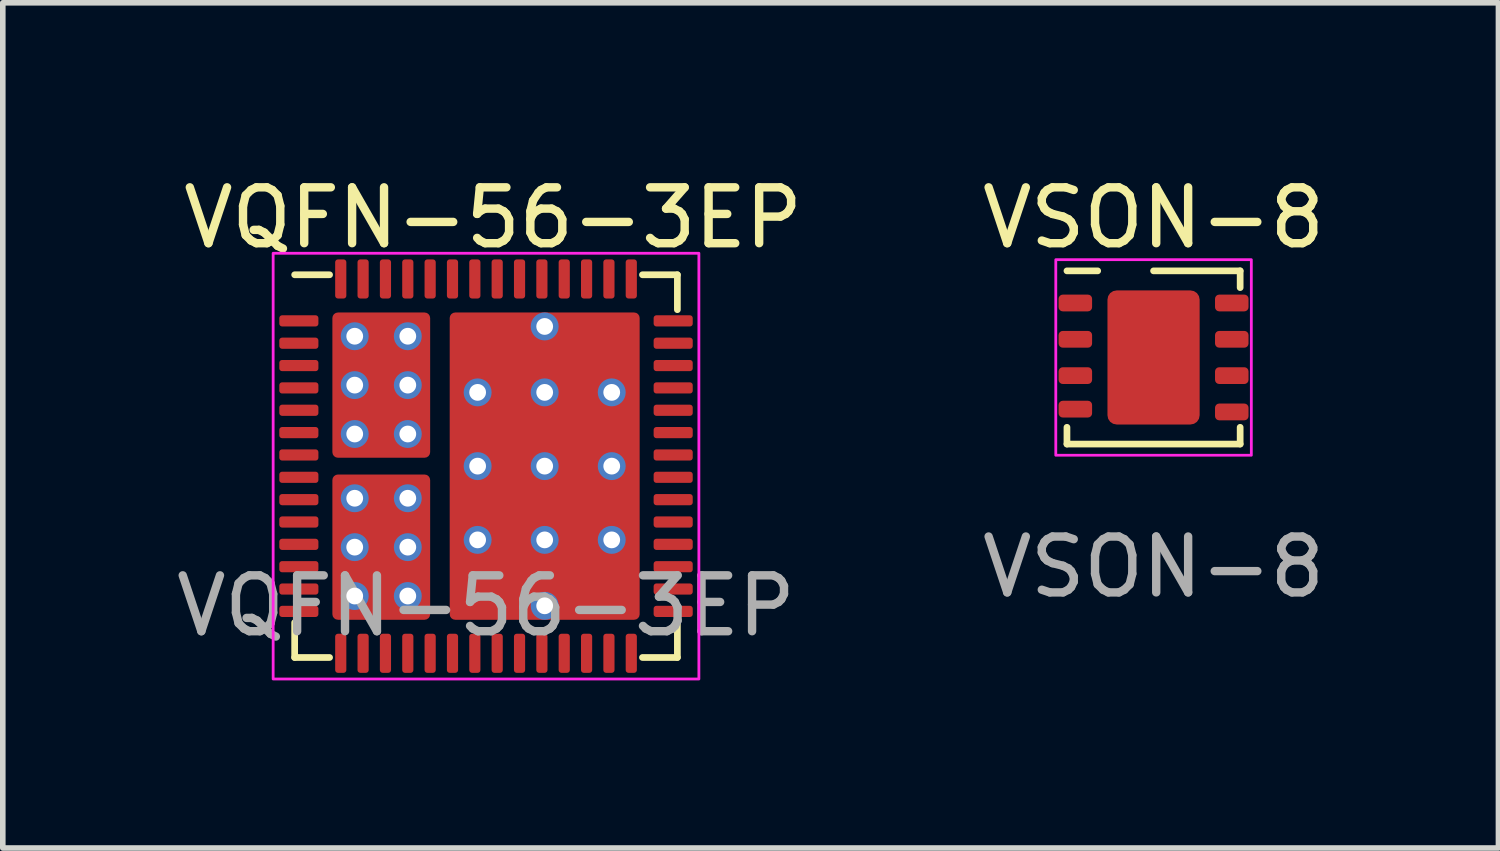
<source format=kicad_pcb>
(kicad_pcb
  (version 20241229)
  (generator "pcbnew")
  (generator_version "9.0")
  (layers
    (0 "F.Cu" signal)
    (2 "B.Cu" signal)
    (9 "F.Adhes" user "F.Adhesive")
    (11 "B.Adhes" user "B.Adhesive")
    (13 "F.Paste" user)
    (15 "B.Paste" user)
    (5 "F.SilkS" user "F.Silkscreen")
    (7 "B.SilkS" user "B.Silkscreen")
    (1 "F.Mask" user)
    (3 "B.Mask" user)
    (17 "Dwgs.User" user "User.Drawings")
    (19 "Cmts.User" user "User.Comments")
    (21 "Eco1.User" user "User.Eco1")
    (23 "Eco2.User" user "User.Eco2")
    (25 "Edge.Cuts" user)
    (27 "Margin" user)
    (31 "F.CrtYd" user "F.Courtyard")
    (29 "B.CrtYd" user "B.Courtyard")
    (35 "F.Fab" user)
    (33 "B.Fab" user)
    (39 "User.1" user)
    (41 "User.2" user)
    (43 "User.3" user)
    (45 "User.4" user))
  (footprint "VQFN-56-3EP"
    (layer "F.Cu")
    (at 5.649 5.293)
    (property "Reference" "VQFN-56-3EP" (at 0.127 -4.445 0) (unlocked yes) (layer "F.SilkS") (effects (font (size 1 1) (thickness 0.15))))
    (attr smd)
    (fp_line (start -3.425 -3.425) (end -2.8 -3.425) (stroke (width 0.12) (type solid)) (layer "F.SilkS"))
    (fp_line (start -3.425 3.425) (end -3.425 2.8) (stroke (width 0.12) (type solid)) (layer "F.SilkS"))
    (fp_line (start -3.425 3.425) (end -2.8 3.425) (stroke (width 0.12) (type solid)) (layer "F.SilkS"))
    (fp_line (start 3.425 -3.425) (end 2.8 -3.425) (stroke (width 0.12) (type solid)) (layer "F.SilkS"))
    (fp_line (start 3.425 -3.425) (end 3.425 -2.8) (stroke (width 0.12) (type solid)) (layer "F.SilkS"))
    (fp_line (start 3.425 3.425) (end 2.8 3.425) (stroke (width 0.12) (type solid)) (layer "F.SilkS"))
    (fp_line (start 3.425 3.425) (end 3.425 2.8) (stroke (width 0.12) (type solid)) (layer "F.SilkS"))
    (fp_rect (start -3.15 -2.65) (end -3.05 -2.15) (stroke (width 0.1) (type solid)) (fill yes) (layer "F.Paste"))
    (fp_rect (start -3.15 -1.85) (end -3.05 -1.35) (stroke (width 0.1) (type solid)) (fill yes) (layer "F.Paste"))
    (fp_rect (start -3.15 1.35) (end -3.05 1.85) (stroke (width 0.1) (type solid)) (fill yes) (layer "F.Paste"))
    (fp_rect (start -3.15 2.15) (end -3.05 2.65) (stroke (width 0.1) (type solid)) (fill yes) (layer "F.Paste"))
    (fp_rect (start -3.81 -3.81) (end 3.81 3.81) (stroke (width 0.05) (type solid)) (fill no) (layer "F.CrtYd"))
    (fp_text user "${REFERENCE}" (at 0 2.5 0) (unlocked yes) (layer "F.Fab") (effects (font (size 1 1) (thickness 0.15))))
    (pad "1" smd roundrect (at -3.35 -2.6) (size 0.7 0.2) (layers "F.Cu" "F.Mask" "F.Paste") (roundrect_rratio 0.25))
    (pad "2" smd roundrect (at -3.35 -2.2) (size 0.7 0.2) (layers "F.Cu" "F.Mask" "F.Paste") (roundrect_rratio 0.25))
    (pad "3" smd roundrect (at -3.35 -1.8) (size 0.7 0.2) (layers "F.Cu" "F.Mask" "F.Paste") (roundrect_rratio 0.25))
    (pad "4" smd roundrect (at -3.35 -1.4) (size 0.7 0.2) (layers "F.Cu" "F.Mask" "F.Paste") (roundrect_rratio 0.25))
    (pad "5" smd roundrect (at -3.35 -1) (size 0.7 0.2) (layers "F.Cu" "F.Mask" "F.Paste") (roundrect_rratio 0.25))
    (pad "6" smd roundrect (at -3.35 -0.6) (size 0.7 0.2) (layers "F.Cu" "F.Mask" "F.Paste") (roundrect_rratio 0.25))
    (pad "7" smd roundrect (at -3.35 -0.2) (size 0.7 0.2) (layers "F.Cu" "F.Mask" "F.Paste") (roundrect_rratio 0.25))
    (pad "8" smd roundrect (at -3.35 0.2) (size 0.7 0.2) (layers "F.Cu" "F.Mask" "F.Paste") (roundrect_rratio 0.25))
    (pad "9" smd roundrect (at -3.35 0.6) (size 0.7 0.2) (layers "F.Cu" "F.Mask" "F.Paste") (roundrect_rratio 0.25))
    (pad "10" smd roundrect (at -3.35 1) (size 0.7 0.2) (layers "F.Cu" "F.Mask" "F.Paste") (roundrect_rratio 0.25))
    (pad "11" smd roundrect (at -3.35 1.4) (size 0.7 0.2) (layers "F.Cu" "F.Mask" "F.Paste") (roundrect_rratio 0.25))
    (pad "12" smd roundrect (at -3.35 1.8) (size 0.7 0.2) (layers "F.Cu" "F.Mask" "F.Paste") (roundrect_rratio 0.25))
    (pad "13" smd roundrect (at -3.35 2.2) (size 0.7 0.2) (layers "F.Cu" "F.Mask" "F.Paste") (roundrect_rratio 0.25))
    (pad "14" smd roundrect (at -3.35 2.6) (size 0.7 0.2) (layers "F.Cu" "F.Mask" "F.Paste") (roundrect_rratio 0.25))
    (pad "15" smd roundrect (at -2.6 3.35 90) (size 0.7 0.2) (layers "F.Cu" "F.Mask" "F.Paste") (roundrect_rratio 0.25))
    (pad "16" smd roundrect (at -2.2 3.35 90) (size 0.7 0.2) (layers "F.Cu" "F.Mask" "F.Paste") (roundrect_rratio 0.25))
    (pad "17" smd roundrect (at -1.8 3.35 90) (size 0.7 0.2) (layers "F.Cu" "F.Mask" "F.Paste") (roundrect_rratio 0.25))
    (pad "18" smd roundrect (at -1.4 3.35 90) (size 0.7 0.2) (layers "F.Cu" "F.Mask" "F.Paste") (roundrect_rratio 0.25))
    (pad "19" smd roundrect (at -1 3.35 90) (size 0.7 0.2) (layers "F.Cu" "F.Mask" "F.Paste") (roundrect_rratio 0.25))
    (pad "20" smd roundrect (at -0.6 3.35 90) (size 0.7 0.2) (layers "F.Cu" "F.Mask" "F.Paste") (roundrect_rratio 0.25))
    (pad "21" smd roundrect (at -0.2 3.35 90) (size 0.7 0.2) (layers "F.Cu" "F.Mask" "F.Paste") (roundrect_rratio 0.25))
    (pad "22" smd roundrect (at 0.2 3.35 90) (size 0.7 0.2) (layers "F.Cu" "F.Mask" "F.Paste") (roundrect_rratio 0.25))
    (pad "23" smd roundrect (at 0.6 3.35 90) (size 0.7 0.2) (layers "F.Cu" "F.Mask" "F.Paste") (roundrect_rratio 0.25))
    (pad "24" smd roundrect (at 1 3.35 90) (size 0.7 0.2) (layers "F.Cu" "F.Mask" "F.Paste") (roundrect_rratio 0.25))
    (pad "25" smd roundrect (at 1.4 3.35 90) (size 0.7 0.2) (layers "F.Cu" "F.Mask" "F.Paste") (roundrect_rratio 0.25))
    (pad "26" smd roundrect (at 1.8 3.35 90) (size 0.7 0.2) (layers "F.Cu" "F.Mask" "F.Paste") (roundrect_rratio 0.25))
    (pad "27" smd roundrect (at 2.2 3.35 90) (size 0.7 0.2) (layers "F.Cu" "F.Mask" "F.Paste") (roundrect_rratio 0.25))
    (pad "28" smd roundrect (at 2.6 3.35 90) (size 0.7 0.2) (layers "F.Cu" "F.Mask" "F.Paste") (roundrect_rratio 0.25))
    (pad "29" smd roundrect (at 3.35 2.6) (size 0.7 0.2) (layers "F.Cu" "F.Mask" "F.Paste") (roundrect_rratio 0.25))
    (pad "30" smd roundrect (at 3.35 2.2) (size 0.7 0.2) (layers "F.Cu" "F.Mask" "F.Paste") (roundrect_rratio 0.25))
    (pad "31" smd roundrect (at 3.35 1.8) (size 0.7 0.2) (layers "F.Cu" "F.Mask" "F.Paste") (roundrect_rratio 0.25))
    (pad "32" smd roundrect (at 3.35 1.4) (size 0.7 0.2) (layers "F.Cu" "F.Mask" "F.Paste") (roundrect_rratio 0.25))
    (pad "33" smd roundrect (at 3.35 1) (size 0.7 0.2) (layers "F.Cu" "F.Mask" "F.Paste") (roundrect_rratio 0.25))
    (pad "34" smd roundrect (at 3.35 0.6) (size 0.7 0.2) (layers "F.Cu" "F.Mask" "F.Paste") (roundrect_rratio 0.25))
    (pad "35" smd roundrect (at 3.35 0.2) (size 0.7 0.2) (layers "F.Cu" "F.Mask" "F.Paste") (roundrect_rratio 0.25))
    (pad "36" smd roundrect (at 3.35 -0.2) (size 0.7 0.2) (layers "F.Cu" "F.Mask" "F.Paste") (roundrect_rratio 0.25))
    (pad "37" smd roundrect (at 3.35 -0.6) (size 0.7 0.2) (layers "F.Cu" "F.Mask" "F.Paste") (roundrect_rratio 0.25))
    (pad "38" smd roundrect (at 3.35 -1) (size 0.7 0.2) (layers "F.Cu" "F.Mask" "F.Paste") (roundrect_rratio 0.25))
    (pad "39" smd roundrect (at 3.35 -1.4) (size 0.7 0.2) (layers "F.Cu" "F.Mask" "F.Paste") (roundrect_rratio 0.25))
    (pad "40" smd roundrect (at 3.35 -1.8) (size 0.7 0.2) (layers "F.Cu" "F.Mask" "F.Paste") (roundrect_rratio 0.25))
    (pad "41" smd roundrect (at 3.35 -2.2) (size 0.7 0.2) (layers "F.Cu" "F.Mask" "F.Paste") (roundrect_rratio 0.25))
    (pad "42" smd roundrect (at 3.35 -2.6) (size 0.7 0.2) (layers "F.Cu" "F.Mask" "F.Paste") (roundrect_rratio 0.25))
    (pad "43" smd roundrect (at 2.6 -3.35 90) (size 0.7 0.2) (layers "F.Cu" "F.Mask" "F.Paste") (roundrect_rratio 0.25))
    (pad "44" smd roundrect (at 2.2 -3.35 90) (size 0.7 0.2) (layers "F.Cu" "F.Mask" "F.Paste") (roundrect_rratio 0.25))
    (pad "45" smd roundrect (at 1.8 -3.35 90) (size 0.7 0.2) (layers "F.Cu" "F.Mask" "F.Paste") (roundrect_rratio 0.25))
    (pad "46" smd roundrect (at 1.4 -3.35 90) (size 0.7 0.2) (layers "F.Cu" "F.Mask" "F.Paste") (roundrect_rratio 0.25))
    (pad "47" smd roundrect (at 1 -3.35 90) (size 0.7 0.2) (layers "F.Cu" "F.Mask" "F.Paste") (roundrect_rratio 0.25))
    (pad "48" smd roundrect (at 0.6 -3.35 90) (size 0.7 0.2) (layers "F.Cu" "F.Mask" "F.Paste") (roundrect_rratio 0.25))
    (pad "49" smd roundrect (at 0.2 -3.35 90) (size 0.7 0.2) (layers "F.Cu" "F.Mask" "F.Paste") (roundrect_rratio 0.25))
    (pad "50" smd roundrect (at -0.2 -3.35 90) (size 0.7 0.2) (layers "F.Cu" "F.Mask" "F.Paste") (roundrect_rratio 0.25))
    (pad "51" smd roundrect (at -0.6 -3.35 90) (size 0.7 0.2) (layers "F.Cu" "F.Mask" "F.Paste") (roundrect_rratio 0.25))
    (pad "52" smd roundrect (at -1 -3.35 90) (size 0.7 0.2) (layers "F.Cu" "F.Mask" "F.Paste") (roundrect_rratio 0.25))
    (pad "53" smd roundrect (at -1.4 -3.35 90) (size 0.7 0.2) (layers "F.Cu" "F.Mask" "F.Paste") (roundrect_rratio 0.25))
    (pad "54" smd roundrect (at -1.8 -3.35 90) (size 0.7 0.2) (layers "F.Cu" "F.Mask" "F.Paste") (roundrect_rratio 0.25))
    (pad "55" smd roundrect (at -2.2 -3.35 90) (size 0.7 0.2) (layers "F.Cu" "F.Mask" "F.Paste") (roundrect_rratio 0.25))
    (pad "56" smd roundrect (at -2.6 -3.35 90) (size 0.7 0.2) (layers "F.Cu" "F.Mask" "F.Paste") (roundrect_rratio 0.25))
    (pad "57" thru_hole circle (at -2.35 -2.325) (size 0.5 0.5) (drill 0.3) (layers "*.Cu" "F.Mask" "F.Paste"))
    (pad "57" thru_hole circle (at -2.35 -1.45) (size 0.5 0.5) (drill 0.3) (layers "*.Cu" "F.Mask" "F.Paste"))
    (pad "57" thru_hole circle (at -2.35 -0.575) (size 0.5 0.5) (drill 0.3) (layers "*.Cu" "F.Mask" "F.Paste"))
    (pad "57" smd roundrect (at -1.875 -1.45) (size 1.75 2.6) (layers "F.Cu" "F.Mask" "F.Paste") (roundrect_rratio 0.057))
    (pad "57" thru_hole circle (at -1.4 -2.325) (size 0.5 0.5) (drill 0.3) (layers "*.Cu" "F.Mask" "F.Paste"))
    (pad "57" thru_hole circle (at -1.4 -1.45) (size 0.5 0.5) (drill 0.3) (layers "*.Cu" "F.Mask" "F.Paste"))
    (pad "57" thru_hole circle (at -1.4 -0.575) (size 0.5 0.5) (drill 0.3) (layers "*.Cu" "F.Mask" "F.Paste"))
    (pad "58" thru_hole circle (at -2.35 0.575) (size 0.5 0.5) (drill 0.3) (layers "*.Cu" "F.Mask" "F.Paste"))
    (pad "58" thru_hole circle (at -2.35 1.45) (size 0.5 0.5) (drill 0.3) (layers "*.Cu" "F.Mask" "F.Paste"))
    (pad "58" thru_hole circle (at -2.35 2.325) (size 0.5 0.5) (drill 0.3) (layers "*.Cu" "F.Mask" "F.Paste"))
    (pad "58" smd roundrect (at -1.875 1.45) (size 1.75 2.6) (layers "F.Cu" "F.Mask" "F.Paste") (roundrect_rratio 0.057))
    (pad "58" thru_hole circle (at -1.4 0.575) (size 0.5 0.5) (drill 0.3) (layers "*.Cu" "F.Mask" "F.Paste"))
    (pad "58" thru_hole circle (at -1.4 1.45) (size 0.5 0.5) (drill 0.3) (layers "*.Cu" "F.Mask" "F.Paste"))
    (pad "58" thru_hole circle (at -1.4 2.325) (size 0.5 0.5) (drill 0.3) (layers "*.Cu" "F.Mask" "F.Paste"))
    (pad "59" thru_hole circle (at -0.15 -1.32) (size 0.5 0.5) (drill 0.3) (layers "*.Cu" "F.Mask" "F.Paste"))
    (pad "59" thru_hole circle (at -0.15 0) (size 0.5 0.5) (drill 0.3) (layers "*.Cu" "F.Mask" "F.Paste"))
    (pad "59" thru_hole circle (at -0.15 1.32) (size 0.5 0.5) (drill 0.3) (layers "*.Cu" "F.Mask" "F.Paste"))
    (pad "59" thru_hole circle (at 1.05 -2.5) (size 0.5 0.5) (drill 0.3) (layers "*.Cu" "F.Mask" "F.Paste"))
    (pad "59" thru_hole circle (at 1.05 -1.32) (size 0.5 0.5) (drill 0.3) (layers "*.Cu" "F.Mask" "F.Paste"))
    (pad "59" thru_hole circle (at 1.05 0) (size 0.5 0.5) (drill 0.3) (layers "*.Cu" "F.Mask" "F.Paste"))
    (pad "59" smd roundrect (at 1.05 0) (size 3.4 5.5) (layers "F.Cu" "F.Mask" "F.Paste") (roundrect_rratio 0.029))
    (pad "59" thru_hole circle (at 1.05 1.32) (size 0.5 0.5) (drill 0.3) (layers "*.Cu" "F.Mask" "F.Paste"))
    (pad "59" thru_hole circle (at 1.05 2.5) (size 0.5 0.5) (drill 0.3) (layers "*.Cu" "F.Mask" "F.Paste"))
    (pad "59" thru_hole circle (at 2.25 -1.32) (size 0.5 0.5) (drill 0.3) (layers "*.Cu" "F.Mask" "F.Paste"))
    (pad "59" thru_hole circle (at 2.25 0) (size 0.5 0.5) (drill 0.3) (layers "*.Cu" "F.Mask" "F.Paste"))
    (pad "59" thru_hole circle (at 2.25 1.32) (size 0.5 0.5) (drill 0.3) (layers "*.Cu" "F.Mask" "F.Paste")))
  (footprint "VSON-8"
    (layer "F.Cu")
    (at 17.597 3.348)
    (property "Reference" "VSON-8" (at 0 -2.5 0) (unlocked yes) (layer "F.SilkS") (effects (font (size 1 1) (thickness 0.15))))
    (attr smd)
    (fp_line (start -1.55 1.55) (end -1.55 1.25) (stroke (width 0.12) (type solid)) (layer "F.SilkS"))
    (fp_line (start -1 -1.55) (end -1.55 -1.55) (stroke (width 0.12) (type solid)) (layer "F.SilkS"))
    (fp_line (start 0 -1.55) (end 1.55 -1.55) (stroke (width 0.12) (type solid)) (layer "F.SilkS"))
    (fp_line (start 1.55 -1.55) (end 1.55 -1.25) (stroke (width 0.12) (type solid)) (layer "F.SilkS"))
    (fp_line (start 1.55 1.55) (end -1.55 1.55) (stroke (width 0.12) (type solid)) (layer "F.SilkS"))
    (fp_line (start 1.55 1.55) (end 1.55 1.25) (stroke (width 0.12) (type solid)) (layer "F.SilkS"))
    (fp_rect (start -1.75 -1.75) (end 1.75 1.75) (stroke (width 0.05) (type solid)) (fill no) (layer "F.CrtYd"))
    (fp_text user "${REFERENCE}" (at 0 3.75 0) (unlocked yes) (layer "F.Fab") (effects (font (size 1 1) (thickness 0.15))))
    (pad "1" smd roundrect (at -1.4 -0.975) (size 0.6 0.3) (layers "F.Cu" "F.Mask" "F.Paste") (roundrect_rratio 0.25))
    (pad "2" smd roundrect (at -1.4 -0.325) (size 0.6 0.3) (layers "F.Cu" "F.Mask" "F.Paste") (roundrect_rratio 0.25))
    (pad "3" smd roundrect (at -1.4 0.325) (size 0.6 0.3) (layers "F.Cu" "F.Mask" "F.Paste") (roundrect_rratio 0.25))
    (pad "4" smd roundrect (at -1.4 0.925) (size 0.6 0.3) (layers "F.Cu" "F.Mask" "F.Paste") (roundrect_rratio 0.25))
    (pad "5" smd roundrect (at 1.4 0.975) (size 0.6 0.3) (layers "F.Cu" "F.Mask" "F.Paste") (roundrect_rratio 0.25))
    (pad "6" smd roundrect (at 1.4 0.325) (size 0.6 0.3) (layers "F.Cu" "F.Mask" "F.Paste") (roundrect_rratio 0.25))
    (pad "7" smd roundrect (at 1.4 -0.325) (size 0.6 0.3) (layers "F.Cu" "F.Mask" "F.Paste") (roundrect_rratio 0.25))
    (pad "8" smd roundrect (at 1.4 -0.975) (size 0.6 0.3) (layers "F.Cu" "F.Mask" "F.Paste") (roundrect_rratio 0.25))
    (pad "PAD" smd roundrect (at 0 0) (size 1.65 2.4) (layers "F.Cu" "F.Mask" "F.Paste") (roundrect_rratio 0.1)))
  (gr_rect
    (start -3 -3)
    (end 23.77 12.128)
    (stroke (width 0.1) (type default))
    (fill no)
    (layer "Edge.Cuts")))
</source>
